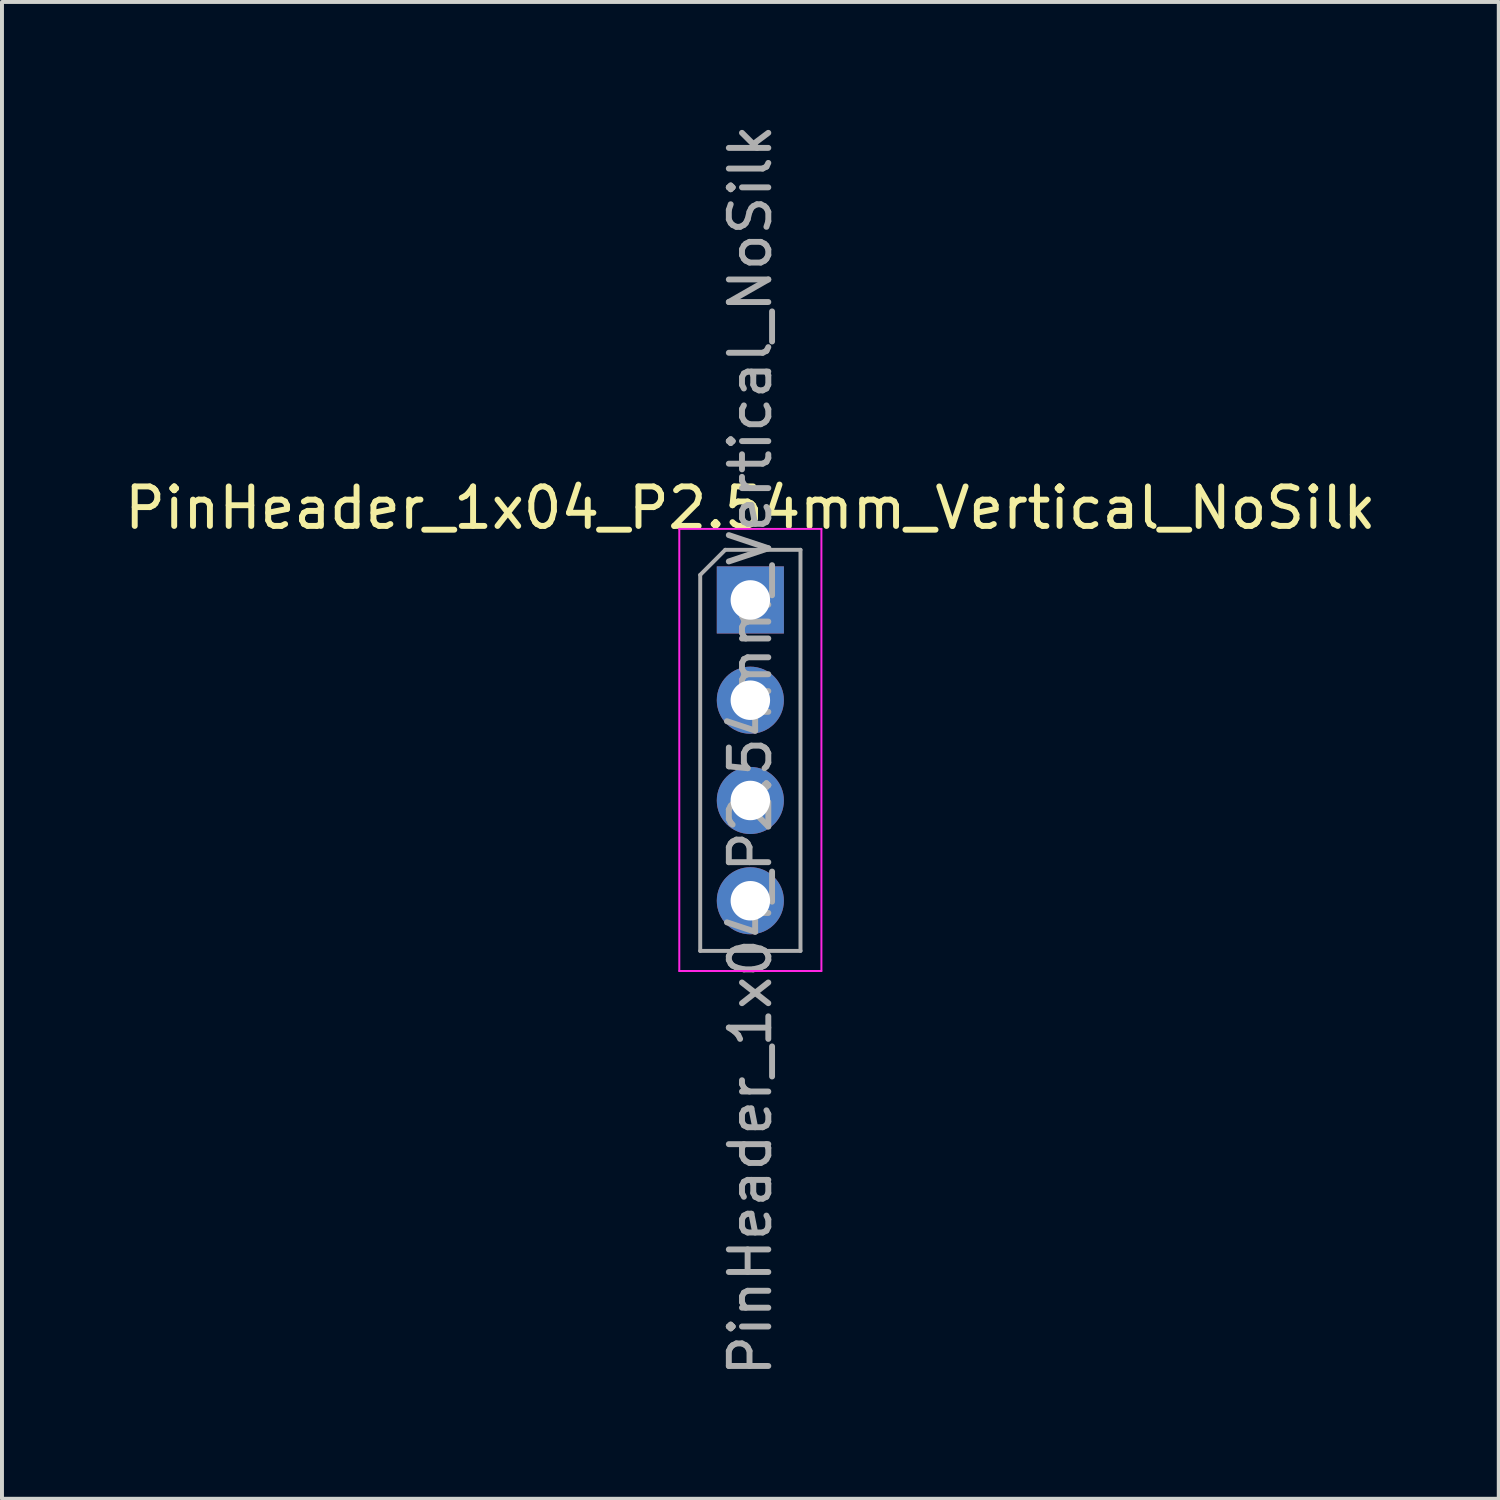
<source format=kicad_pcb>
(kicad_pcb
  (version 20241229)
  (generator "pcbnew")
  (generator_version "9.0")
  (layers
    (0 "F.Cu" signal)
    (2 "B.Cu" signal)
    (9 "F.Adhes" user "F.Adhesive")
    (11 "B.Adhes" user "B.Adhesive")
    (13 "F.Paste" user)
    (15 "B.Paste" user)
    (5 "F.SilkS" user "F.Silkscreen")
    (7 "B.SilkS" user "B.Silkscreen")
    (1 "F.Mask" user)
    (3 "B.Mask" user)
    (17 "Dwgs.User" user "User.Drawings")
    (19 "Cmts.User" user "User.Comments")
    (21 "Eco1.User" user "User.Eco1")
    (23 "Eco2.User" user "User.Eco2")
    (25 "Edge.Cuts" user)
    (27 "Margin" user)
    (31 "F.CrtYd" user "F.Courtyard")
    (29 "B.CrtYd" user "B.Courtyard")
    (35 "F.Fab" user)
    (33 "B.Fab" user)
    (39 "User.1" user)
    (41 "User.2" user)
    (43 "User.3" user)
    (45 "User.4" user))
  (footprint "PinHeader_1x04_P2.54mm_Vertical_NoSilk"
    (layer "F.Cu")
    (at 15.958 12.148)
    (property "Reference" "PinHeader_1x04_P2.54mm_Vertical_NoSilk" (at 0 -2.33 0) (layer "F.SilkS") (effects (font (size 1 1) (thickness 0.15))))
    (attr through_hole)
    (fp_line (start -1.8 -1.8) (end -1.8 9.4) (stroke (width 0.05) (type solid)) (layer "F.CrtYd"))
    (fp_line (start -1.8 9.4) (end 1.8 9.4) (stroke (width 0.05) (type solid)) (layer "F.CrtYd"))
    (fp_line (start 1.8 -1.8) (end -1.8 -1.8) (stroke (width 0.05) (type solid)) (layer "F.CrtYd"))
    (fp_line (start 1.8 9.4) (end 1.8 -1.8) (stroke (width 0.05) (type solid)) (layer "F.CrtYd"))
    (fp_line (start -1.27 -0.635) (end -0.635 -1.27) (stroke (width 0.1) (type solid)) (layer "F.Fab"))
    (fp_line (start -1.27 8.89) (end -1.27 -0.635) (stroke (width 0.1) (type solid)) (layer "F.Fab"))
    (fp_line (start -0.635 -1.27) (end 1.27 -1.27) (stroke (width 0.1) (type solid)) (layer "F.Fab"))
    (fp_line (start 1.27 -1.27) (end 1.27 8.89) (stroke (width 0.1) (type solid)) (layer "F.Fab"))
    (fp_line (start 1.27 8.89) (end -1.27 8.89) (stroke (width 0.1) (type solid)) (layer "F.Fab"))
    (fp_text user "${REFERENCE}" (at 0 3.81 90) (layer "F.Fab") (effects (font (size 1 1) (thickness 0.15))))
    (pad "1" thru_hole rect (at 0 0) (size 1.7 1.7) (drill 1) (layers "*.Cu" "*.Mask"))
    (pad "2" thru_hole oval (at 0 2.54) (size 1.7 1.7) (drill 1) (layers "*.Cu" "*.Mask"))
    (pad "3" thru_hole oval (at 0 5.08) (size 1.7 1.7) (drill 1) (layers "*.Cu" "*.Mask"))
    (pad "4" thru_hole oval (at 0 7.62) (size 1.7 1.7) (drill 1) (layers "*.Cu" "*.Mask")))
  (gr_rect
    (start -3 -3)
    (end 34.917 34.917)
    (stroke (width 0.1) (type default))
    (fill no)
    (layer "Edge.Cuts")))
</source>
